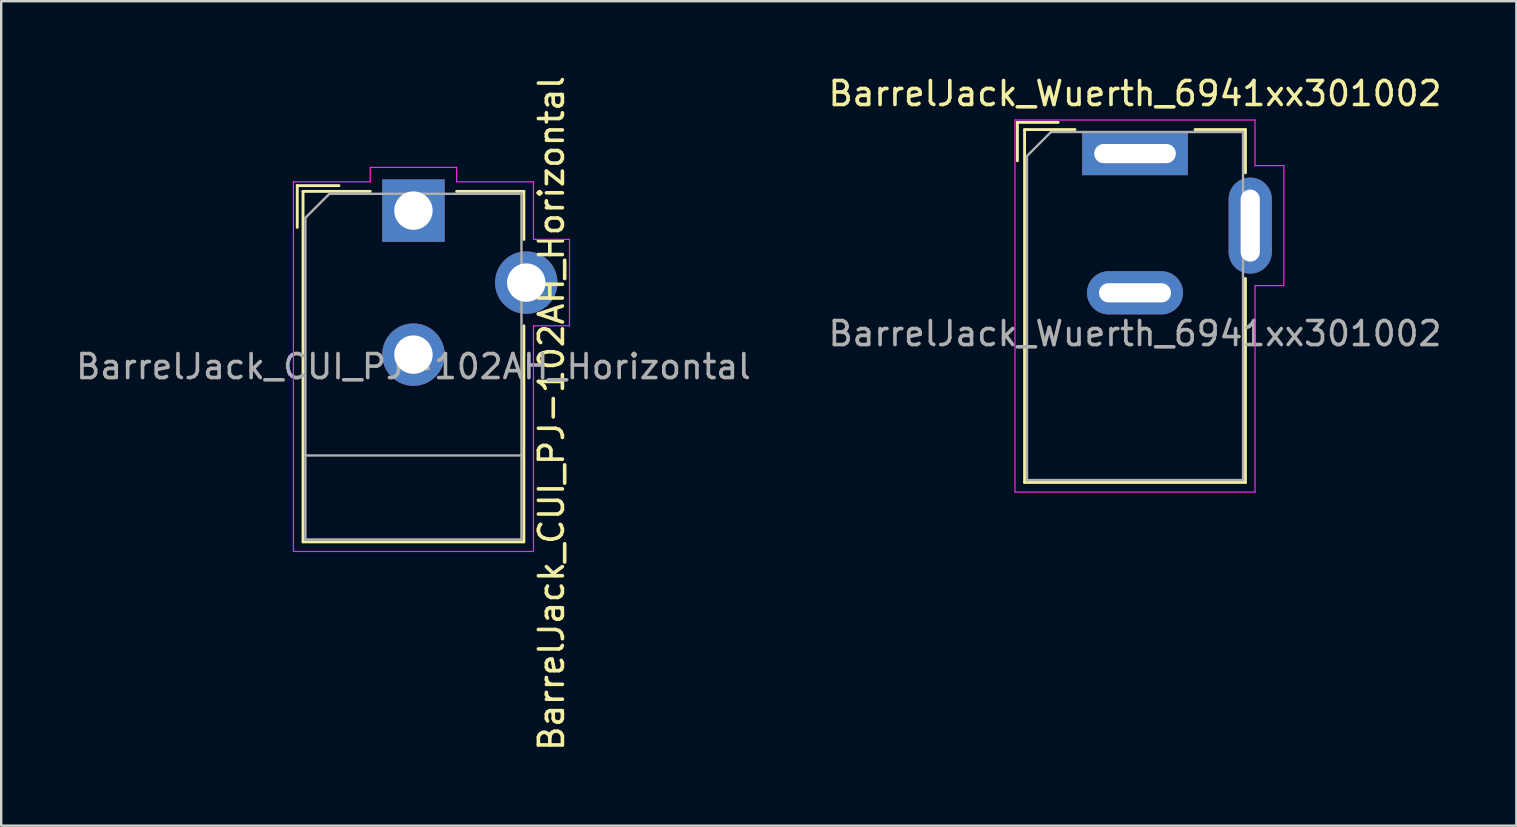
<source format=kicad_pcb>
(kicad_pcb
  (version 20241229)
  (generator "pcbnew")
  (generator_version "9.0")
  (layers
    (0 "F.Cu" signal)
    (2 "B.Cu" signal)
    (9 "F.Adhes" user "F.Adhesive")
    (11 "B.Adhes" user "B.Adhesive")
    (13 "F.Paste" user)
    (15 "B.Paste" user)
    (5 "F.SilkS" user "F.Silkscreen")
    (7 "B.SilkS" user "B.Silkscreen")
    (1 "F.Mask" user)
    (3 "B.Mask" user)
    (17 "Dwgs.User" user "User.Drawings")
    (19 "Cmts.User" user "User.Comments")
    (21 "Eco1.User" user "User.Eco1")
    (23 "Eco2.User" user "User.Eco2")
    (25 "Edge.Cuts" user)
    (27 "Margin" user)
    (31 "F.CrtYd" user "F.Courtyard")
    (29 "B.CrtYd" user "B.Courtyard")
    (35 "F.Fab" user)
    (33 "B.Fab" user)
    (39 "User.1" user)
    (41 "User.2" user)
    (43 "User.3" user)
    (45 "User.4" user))
  (footprint "BarrelJack_Wuerth_6941xx301002"
    (layer "F.Cu")
    (at 44.232 3.348)
    (property "Reference" "BarrelJack_Wuerth_6941xx301002" (at 0 -2.5 0) (layer "F.SilkS") (effects (font (size 1 1) (thickness 0.15))))
    (attr through_hole)
    (fp_line (start -4.9 -1.3) (end -4.9 0.3) (stroke (width 0.12) (type solid)) (layer "F.SilkS"))
    (fp_line (start -4.6 -1) (end -2.5 -1) (stroke (width 0.12) (type solid)) (layer "F.SilkS"))
    (fp_line (start -4.6 13.7) (end -4.6 -1) (stroke (width 0.12) (type solid)) (layer "F.SilkS"))
    (fp_line (start -3.2 -1.3) (end -4.9 -1.3) (stroke (width 0.12) (type solid)) (layer "F.SilkS"))
    (fp_line (start 2.5 -1) (end 4.6 -1) (stroke (width 0.12) (type solid)) (layer "F.SilkS"))
    (fp_line (start 4.6 -1) (end 4.6 0.8) (stroke (width 0.12) (type solid)) (layer "F.SilkS"))
    (fp_line (start 4.6 5.2) (end 4.6 13.7) (stroke (width 0.12) (type solid)) (layer "F.SilkS"))
    (fp_line (start 4.6 13.7) (end -4.6 13.7) (stroke (width 0.12) (type solid)) (layer "F.SilkS"))
    (fp_line (start -5 -1.4) (end -5 14.1) (stroke (width 0.05) (type solid)) (layer "F.CrtYd"))
    (fp_line (start -5 14.1) (end 5 14.1) (stroke (width 0.05) (type solid)) (layer "F.CrtYd"))
    (fp_line (start 5 -1.4) (end -5 -1.4) (stroke (width 0.05) (type solid)) (layer "F.CrtYd"))
    (fp_line (start 5 0.5) (end 5 -1.4) (stroke (width 0.05) (type solid)) (layer "F.CrtYd"))
    (fp_line (start 5 14.1) (end 5 5.5) (stroke (width 0.05) (type solid)) (layer "F.CrtYd"))
    (fp_line (start 6.2 0.5) (end 5 0.5) (stroke (width 0.05) (type solid)) (layer "F.CrtYd"))
    (fp_line (start 6.2 0.5) (end 6.2 5.5) (stroke (width 0.05) (type solid)) (layer "F.CrtYd"))
    (fp_line (start 6.2 5.5) (end 5 5.5) (stroke (width 0.05) (type solid)) (layer "F.CrtYd"))
    (fp_line (start -4.5 0.1) (end -3.5 -0.9) (stroke (width 0.1) (type solid)) (layer "F.Fab"))
    (fp_line (start -4.5 13.6) (end -4.5 0.1) (stroke (width 0.1) (type solid)) (layer "F.Fab"))
    (fp_line (start 4.5 -0.9) (end -3.5 -0.9) (stroke (width 0.1) (type solid)) (layer "F.Fab"))
    (fp_line (start 4.5 -0.9) (end 4.5 13.6) (stroke (width 0.1) (type solid)) (layer "F.Fab"))
    (fp_line (start 4.5 13.6) (end -4.5 13.6) (stroke (width 0.1) (type solid)) (layer "F.Fab"))
    (fp_text user "${REFERENCE}" (at 0 7.5 0) (layer "F.Fab") (effects (font (size 1 1) (thickness 0.15))))
    (pad "1" thru_hole rect (at 0 0) (size 4.4 1.8) (drill oval 3.4 0.8) (layers "*.Cu" "*.Mask"))
    (pad "2" thru_hole oval (at 0 5.8) (size 4 1.8) (drill oval 3 0.8) (layers "*.Cu" "*.Mask"))
    (pad "3" thru_hole oval (at 4.8 3 90) (size 4 1.8) (drill oval 3 0.8) (layers "*.Cu" "*.Mask")))
  (footprint "BarrelJack_CUI_PJ-102AH_Horizontal"
    (layer "F.Cu")
    (at 14.173 5.723)
    (property "Reference" "BarrelJack_CUI_PJ-102AH_Horizontal" (at 5.75 8.45 90) (layer "F.SilkS") (effects (font (size 1 1) (thickness 0.15))))
    (attr through_hole)
    (fp_line (start -4.84 -1.04) (end -3.1 -1.04) (stroke (width 0.12) (type solid)) (layer "F.SilkS"))
    (fp_line (start -4.84 0.7) (end -4.84 -1.04) (stroke (width 0.12) (type solid)) (layer "F.SilkS"))
    (fp_line (start -4.6 -0.8) (end -1.8 -0.8) (stroke (width 0.12) (type solid)) (layer "F.SilkS"))
    (fp_line (start -4.6 13.8) (end -4.6 -0.8) (stroke (width 0.12) (type solid)) (layer "F.SilkS"))
    (fp_line (start 1.8 -0.8) (end 4.6 -0.8) (stroke (width 0.12) (type solid)) (layer "F.SilkS"))
    (fp_line (start 4.6 -0.8) (end 4.6 1.2) (stroke (width 0.12) (type solid)) (layer "F.SilkS"))
    (fp_line (start 4.6 4.8) (end 4.6 13.8) (stroke (width 0.12) (type solid)) (layer "F.SilkS"))
    (fp_line (start 4.6 13.8) (end -4.6 13.8) (stroke (width 0.12) (type solid)) (layer "F.SilkS"))
    (fp_line (start -5 -1.2) (end -1.8 -1.2) (stroke (width 0.05) (type solid)) (layer "F.CrtYd"))
    (fp_line (start -5 14.2) (end -5 -1.2) (stroke (width 0.05) (type solid)) (layer "F.CrtYd"))
    (fp_line (start -1.8 -1.8) (end 1.8 -1.8) (stroke (width 0.05) (type solid)) (layer "F.CrtYd"))
    (fp_line (start -1.8 -1.2) (end -1.8 -1.8) (stroke (width 0.05) (type solid)) (layer "F.CrtYd"))
    (fp_line (start 1.8 -1.8) (end 1.8 -1.2) (stroke (width 0.05) (type solid)) (layer "F.CrtYd"))
    (fp_line (start 1.8 -1.2) (end 5 -1.2) (stroke (width 0.05) (type solid)) (layer "F.CrtYd"))
    (fp_line (start 5 -1.2) (end 5 1.2) (stroke (width 0.05) (type solid)) (layer "F.CrtYd"))
    (fp_line (start 5 1.2) (end 6.5 1.2) (stroke (width 0.05) (type solid)) (layer "F.CrtYd"))
    (fp_line (start 5 4.8) (end 5 14.2) (stroke (width 0.05) (type solid)) (layer "F.CrtYd"))
    (fp_line (start 5 14.2) (end -5 14.2) (stroke (width 0.05) (type solid)) (layer "F.CrtYd"))
    (fp_line (start 6.5 1.2) (end 6.5 4.8) (stroke (width 0.05) (type solid)) (layer "F.CrtYd"))
    (fp_line (start 6.5 4.8) (end 5 4.8) (stroke (width 0.05) (type solid)) (layer "F.CrtYd"))
    (fp_line (start -4.5 0.3) (end -3.5 -0.7) (stroke (width 0.1) (type solid)) (layer "F.Fab"))
    (fp_line (start -4.5 10.2) (end 4.5 10.2) (stroke (width 0.1) (type solid)) (layer "F.Fab"))
    (fp_line (start -4.5 13.7) (end -4.5 0.3) (stroke (width 0.1) (type solid)) (layer "F.Fab"))
    (fp_line (start -3.5 -0.7) (end 4.5 -0.7) (stroke (width 0.1) (type solid)) (layer "F.Fab"))
    (fp_line (start 4.5 -0.7) (end 4.5 13.7) (stroke (width 0.1) (type solid)) (layer "F.Fab"))
    (fp_line (start 4.5 13.7) (end -4.5 13.7) (stroke (width 0.1) (type solid)) (layer "F.Fab"))
    (fp_text user "${REFERENCE}" (at 0 6.5 0) (layer "F.Fab") (effects (font (size 1 1) (thickness 0.15))))
    (pad "1" thru_hole rect (at 0 0) (size 2.6 2.6) (drill 1.6) (layers "*.Cu" "*.Mask"))
    (pad "2" thru_hole circle (at 0 6) (size 2.6 2.6) (drill 1.6) (layers "*.Cu" "*.Mask"))
    (pad "MP" thru_hole circle (at 4.7 3) (size 2.6 2.6) (drill 1.6) (layers "*.Cu" "*.Mask")))
  (gr_rect
    (start -3 -3)
    (end 60.119 31.345)
    (stroke (width 0.1) (type default))
    (fill no)
    (layer "Edge.Cuts")))
</source>
